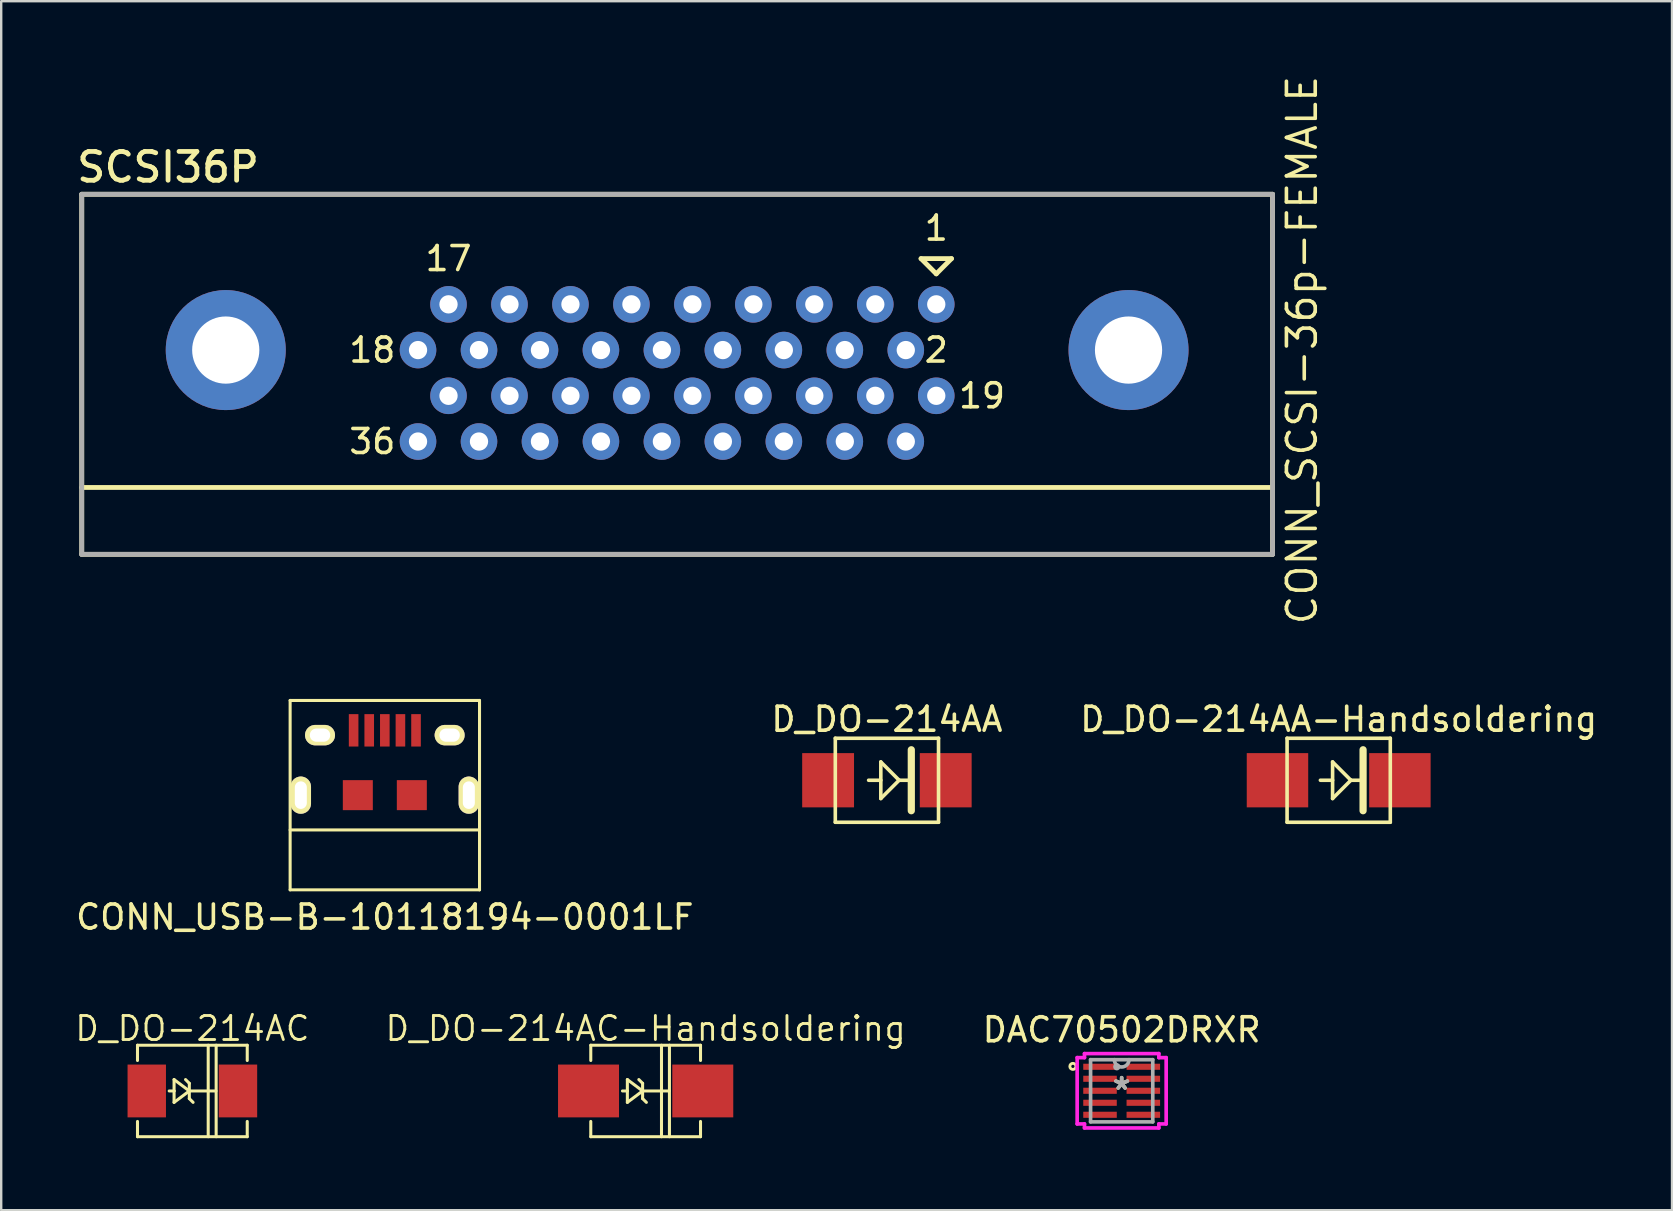
<source format=kicad_pcb>
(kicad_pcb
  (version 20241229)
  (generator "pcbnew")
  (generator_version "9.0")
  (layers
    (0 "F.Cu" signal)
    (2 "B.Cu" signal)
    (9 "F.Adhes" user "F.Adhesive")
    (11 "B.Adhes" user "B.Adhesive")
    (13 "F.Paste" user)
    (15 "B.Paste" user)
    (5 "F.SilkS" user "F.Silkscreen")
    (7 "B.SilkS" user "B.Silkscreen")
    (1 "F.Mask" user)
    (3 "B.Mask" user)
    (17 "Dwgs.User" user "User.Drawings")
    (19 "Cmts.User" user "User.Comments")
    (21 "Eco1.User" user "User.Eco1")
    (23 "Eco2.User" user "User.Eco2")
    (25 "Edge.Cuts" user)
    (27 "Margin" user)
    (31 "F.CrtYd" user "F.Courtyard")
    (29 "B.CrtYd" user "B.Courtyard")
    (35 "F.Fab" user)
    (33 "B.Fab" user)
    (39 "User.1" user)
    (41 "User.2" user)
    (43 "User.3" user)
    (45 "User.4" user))
  (footprint "CONN_SCSI-36p-FEMALE"
    (layer "F.Cu")
    (at 35.955 11.534)
    (property "Reference" "CONN_SCSI-36p-FEMALE" (at 15.24 0 90) (layer "F.SilkS") (effects (font (size 1.2 1.2) (thickness 0.15))))
    (attr through_hole)
    (fp_line (start -35.6 -6.49) (end -35.6 8.51) (stroke (width 0.2) (type solid)) (layer "F.SilkS"))
    (fp_line (start -35.6 -6.49) (end 14.01 -6.49) (stroke (width 0.2) (type solid)) (layer "F.SilkS"))
    (fp_line (start -35.6 5.725) (end 14.01 5.725) (stroke (width 0.2) (type solid)) (layer "F.SilkS"))
    (fp_line (start -35.6 8.51) (end 14.01 8.51) (stroke (width 0.2) (type solid)) (layer "F.SilkS"))
    (fp_line (start -0.635 -3.81) (end 0.635 -3.81) (stroke (width 0.2) (type solid)) (layer "F.SilkS"))
    (fp_line (start 0 -3.175) (end -0.635 -3.81) (stroke (width 0.2) (type solid)) (layer "F.SilkS"))
    (fp_line (start 0.635 -3.81) (end 0 -3.175) (stroke (width 0.2) (type solid)) (layer "F.SilkS"))
    (fp_line (start 14.01 -6.49) (end 14.01 8.51) (stroke (width 0.2) (type solid)) (layer "F.SilkS"))
    (fp_line (start -35.6 -6.49) (end -35.6 8.51) (stroke (width 0.2) (type solid)) (layer "F.Fab"))
    (fp_line (start -35.6 -6.49) (end 14.01 -6.49) (stroke (width 0.2) (type solid)) (layer "F.Fab"))
    (fp_line (start -35.6 8.51) (end 14.01 8.51) (stroke (width 0.2) (type solid)) (layer "F.Fab"))
    (fp_line (start 14.01 -6.49) (end 14.01 8.51) (stroke (width 0.2) (type solid)) (layer "F.Fab"))
    (fp_text user "2" (at 0 0 0) (layer "F.SilkS") (effects (font (size 1 1) (thickness 0.15))))
    (fp_text user "36" (at -23.495 3.81 0) (layer "F.SilkS") (effects (font (size 1 1) (thickness 0.15))))
    (fp_text user "17" (at -20.32 -3.81 0) (layer "F.SilkS") (effects (font (size 1 1) (thickness 0.15))))
    (fp_text user "19" (at 1.905 1.905 0) (layer "F.SilkS") (effects (font (size 1 1) (thickness 0.15))))
    (fp_text user "18" (at -23.495 0 0) (layer "F.SilkS") (effects (font (size 1 1) (thickness 0.15))))
    (fp_text user "SCSI36P" (at -32.004 -7.62 0) (layer "F.SilkS") (effects (font (size 1.2 1.2) (thickness 0.2))))
    (fp_text user "1" (at 0 -5.08 0) (layer "F.SilkS") (effects (font (size 1 1) (thickness 0.15))))
    (pad "" np_thru_hole circle (at -29.6 0) (size 5 5) (drill 2.8) (layers "*.Cu" "*.Mask"))
    (pad "" np_thru_hole circle (at 8.01 0) (size 5 5) (drill 2.8) (layers "*.Cu" "*.Mask"))
    (pad "1" thru_hole circle (at 0 -1.905) (size 1.524 1.524) (drill 0.762) (layers "*.Cu" "*.Mask"))
    (pad "2" thru_hole circle (at -1.27 0) (size 1.524 1.524) (drill 0.762) (layers "*.Cu" "*.Mask"))
    (pad "3" thru_hole circle (at -2.54 -1.905) (size 1.524 1.524) (drill 0.762) (layers "*.Cu" "*.Mask"))
    (pad "4" thru_hole circle (at -3.81 0) (size 1.524 1.524) (drill 0.762) (layers "*.Cu" "*.Mask"))
    (pad "5" thru_hole circle (at -5.08 -1.905) (size 1.524 1.524) (drill 0.762) (layers "*.Cu" "*.Mask"))
    (pad "6" thru_hole circle (at -6.35 0) (size 1.524 1.524) (drill 0.762) (layers "*.Cu" "*.Mask"))
    (pad "7" thru_hole circle (at -7.62 -1.905) (size 1.524 1.524) (drill 0.762) (layers "*.Cu" "*.Mask"))
    (pad "8" thru_hole circle (at -8.89 0) (size 1.524 1.524) (drill 0.762) (layers "*.Cu" "*.Mask"))
    (pad "9" thru_hole circle (at -10.16 -1.905) (size 1.524 1.524) (drill 0.762) (layers "*.Cu" "*.Mask"))
    (pad "10" thru_hole circle (at -11.43 0) (size 1.524 1.524) (drill 0.762) (layers "*.Cu" "*.Mask"))
    (pad "11" thru_hole circle (at -12.7 -1.905) (size 1.524 1.524) (drill 0.762) (layers "*.Cu" "*.Mask"))
    (pad "12" thru_hole circle (at -13.97 0) (size 1.524 1.524) (drill 0.762) (layers "*.Cu" "*.Mask"))
    (pad "13" thru_hole circle (at -15.24 -1.905) (size 1.524 1.524) (drill 0.762) (layers "*.Cu" "*.Mask"))
    (pad "14" thru_hole circle (at -16.51 0) (size 1.524 1.524) (drill 0.762) (layers "*.Cu" "*.Mask"))
    (pad "15" thru_hole circle (at -17.78 -1.905) (size 1.524 1.524) (drill 0.762) (layers "*.Cu" "*.Mask"))
    (pad "16" thru_hole circle (at -19.05 0) (size 1.524 1.524) (drill 0.762) (layers "*.Cu" "*.Mask"))
    (pad "17" thru_hole circle (at -20.32 -1.905) (size 1.524 1.524) (drill 0.762) (layers "*.Cu" "*.Mask"))
    (pad "18" thru_hole circle (at -21.59 0) (size 1.524 1.524) (drill 0.762) (layers "*.Cu" "*.Mask"))
    (pad "19" thru_hole circle (at 0 1.905) (size 1.524 1.524) (drill 0.762) (layers "*.Cu" "*.Mask"))
    (pad "20" thru_hole circle (at -1.27 3.81) (size 1.524 1.524) (drill 0.762) (layers "*.Cu" "*.Mask"))
    (pad "21" thru_hole circle (at -2.54 1.905) (size 1.524 1.524) (drill 0.762) (layers "*.Cu" "*.Mask"))
    (pad "22" thru_hole circle (at -3.81 3.81) (size 1.524 1.524) (drill 0.762) (layers "*.Cu" "*.Mask"))
    (pad "23" thru_hole circle (at -5.08 1.905) (size 1.524 1.524) (drill 0.762) (layers "*.Cu" "*.Mask"))
    (pad "24" thru_hole circle (at -6.35 3.81) (size 1.524 1.524) (drill 0.762) (layers "*.Cu" "*.Mask"))
    (pad "25" thru_hole circle (at -7.62 1.905) (size 1.524 1.524) (drill 0.762) (layers "*.Cu" "*.Mask"))
    (pad "26" thru_hole circle (at -8.89 3.81) (size 1.524 1.524) (drill 0.762) (layers "*.Cu" "*.Mask"))
    (pad "27" thru_hole circle (at -10.16 1.905) (size 1.524 1.524) (drill 0.762) (layers "*.Cu" "*.Mask"))
    (pad "28" thru_hole circle (at -11.43 3.81) (size 1.524 1.524) (drill 0.762) (layers "*.Cu" "*.Mask"))
    (pad "29" thru_hole circle (at -12.7 1.905) (size 1.524 1.524) (drill 0.762) (layers "*.Cu" "*.Mask"))
    (pad "30" thru_hole circle (at -13.97 3.81) (size 1.524 1.524) (drill 0.762) (layers "*.Cu" "*.Mask"))
    (pad "31" thru_hole circle (at -15.24 1.905) (size 1.524 1.524) (drill 0.762) (layers "*.Cu" "*.Mask"))
    (pad "32" thru_hole circle (at -16.51 3.81) (size 1.524 1.524) (drill 0.762) (layers "*.Cu" "*.Mask"))
    (pad "33" thru_hole circle (at -17.78 1.905) (size 1.524 1.524) (drill 0.762) (layers "*.Cu" "*.Mask"))
    (pad "34" thru_hole circle (at -19.05 3.81) (size 1.524 1.524) (drill 0.762) (layers "*.Cu" "*.Mask"))
    (pad "35" thru_hole circle (at -20.32 1.905) (size 1.524 1.524) (drill 0.762) (layers "*.Cu" "*.Mask"))
    (pad "36" thru_hole circle (at -21.59 3.81) (size 1.524 1.524) (drill 0.762) (layers "*.Cu" "*.Mask")))
  (footprint "D_DO-214AA-Handsoldering"
    (layer "F.Cu")
    (at 52.72 29.455)
    (property "Reference" "D_DO-214AA-Handsoldering" (at 0 -2.54 0) (layer "F.SilkS") (effects (font (size 1 1) (thickness 0.15))))
    (attr through_hole)
    (fp_line (start -2.15 -1.75) (end -2.15 1.75) (stroke (width 0.15) (type solid)) (layer "F.SilkS"))
    (fp_line (start -2.15 -1.75) (end 2.15 -1.75) (stroke (width 0.15) (type solid)) (layer "F.SilkS"))
    (fp_line (start -2.15 1.75) (end 2.15 1.75) (stroke (width 0.15) (type solid)) (layer "F.SilkS"))
    (fp_line (start -0.762 0) (end -0.254 0) (stroke (width 0.15) (type solid)) (layer "F.SilkS"))
    (fp_line (start -0.254 -0.762) (end 0.508 0) (stroke (width 0.15) (type solid)) (layer "F.SilkS"))
    (fp_line (start -0.254 0.762) (end -0.254 -0.762) (stroke (width 0.15) (type solid)) (layer "F.SilkS"))
    (fp_line (start 0.508 0) (end -0.254 0.762) (stroke (width 0.15) (type solid)) (layer "F.SilkS"))
    (fp_line (start 0.508 0) (end 1.016 0) (stroke (width 0.15) (type solid)) (layer "F.SilkS"))
    (fp_line (start 1.016 -1.27) (end 1.016 1.27) (stroke (width 0.3) (type solid)) (layer "F.SilkS"))
    (fp_line (start 2.15 -1.75) (end 2.15 1.75) (stroke (width 0.15) (type solid)) (layer "F.SilkS"))
    (pad "1" smd rect (at 2.55 0) (size 2.56 2.26) (layers "F.Cu" "F.Mask" "F.Paste"))
    (pad "2" smd rect (at -2.55 0) (size 2.56 2.26) (layers "F.Cu" "F.Mask" "F.Paste")))
  (footprint "D_DO-214AC-Handsoldering"
    (layer "F.Cu")
    (at 23.848 42.4)
    (property "Reference" "D_DO-214AC-Handsoldering" (at 0 -2.601 0) (layer "F.SilkS") (effects (font (size 1.001 1.001) (thickness 0.119))))
    (attr smd)
    (fp_line (start -2.286 -1.905) (end 2.286 -1.905) (stroke (width 0.127) (type solid)) (layer "F.SilkS"))
    (fp_line (start -2.286 -1.27) (end -2.286 -1.905) (stroke (width 0.127) (type solid)) (layer "F.SilkS"))
    (fp_line (start -2.286 1.27) (end -2.286 1.905) (stroke (width 0.127) (type solid)) (layer "F.SilkS"))
    (fp_line (start -2.286 1.905) (end 2.286 1.905) (stroke (width 0.127) (type solid)) (layer "F.SilkS"))
    (fp_line (start -0.762 -0.475) (end -0.762 0) (stroke (width 0.127) (type solid)) (layer "F.SilkS"))
    (fp_line (start -0.762 0) (end -0.965 0) (stroke (width 0.127) (type solid)) (layer "F.SilkS"))
    (fp_line (start -0.762 0) (end -0.762 0.475) (stroke (width 0.127) (type solid)) (layer "F.SilkS"))
    (fp_line (start -0.762 0.475) (end -0.127 0) (stroke (width 0.127) (type solid)) (layer "F.SilkS"))
    (fp_line (start -0.127 -0.318) (end -0.284 -0.475) (stroke (width 0.127) (type solid)) (layer "F.SilkS"))
    (fp_line (start -0.127 0) (end -0.762 -0.475) (stroke (width 0.127) (type solid)) (layer "F.SilkS"))
    (fp_line (start -0.127 0) (end -0.127 -0.318) (stroke (width 0.127) (type solid)) (layer "F.SilkS"))
    (fp_line (start -0.127 0) (end -0.127 0.318) (stroke (width 0.127) (type solid)) (layer "F.SilkS"))
    (fp_line (start -0.127 0) (end 0.983 0) (stroke (width 0.127) (type solid)) (layer "F.SilkS"))
    (fp_line (start -0.127 0.318) (end 0.03 0.475) (stroke (width 0.127) (type solid)) (layer "F.SilkS"))
    (fp_line (start 0.66 1.905) (end 0.66 -1.905) (stroke (width 0.127) (type solid)) (layer "F.SilkS"))
    (fp_line (start 0.991 1.905) (end 0.991 -1.905) (stroke (width 0.127) (type solid)) (layer "F.SilkS"))
    (fp_line (start 2.286 -1.905) (end 2.286 -1.27) (stroke (width 0.127) (type solid)) (layer "F.SilkS"))
    (fp_line (start 2.286 1.905) (end 2.286 1.27) (stroke (width 0.127) (type solid)) (layer "F.SilkS"))
    (pad "1" smd rect (at -1.9 0) (size 2.54 2.2) (drill (offset -0.48 0)) (layers "F.Cu" "F.Mask" "F.Paste"))
    (pad "2" smd rect (at 1.9 0) (size 2.54 2.2) (drill (offset 0.48 0)) (layers "F.Cu" "F.Mask" "F.Paste")))
  (footprint "DAC70502DRXR"
    (layer "F.Cu")
    (at 43.679 42.392)
    (property "Reference" "DAC70502DRXR" (at 0 -2.54 0) (layer "F.SilkS") (effects (font (size 1 1) (thickness 0.15))))
    (attr through_hole)
    (fp_circle (center -2.032 -1.016) (end -2.032 -1.143) (stroke (width 0.12) (type solid)) (fill no) (layer "F.SilkS"))
    (fp_line (start -1.854 -1.381) (end -1.549 -1.381) (stroke (width 0.152) (type solid)) (layer "F.CrtYd"))
    (fp_line (start -1.854 1.381) (end -1.854 -1.381) (stroke (width 0.152) (type solid)) (layer "F.CrtYd"))
    (fp_line (start -1.549 -1.549) (end 1.549 -1.549) (stroke (width 0.152) (type solid)) (layer "F.CrtYd"))
    (fp_line (start -1.549 -1.381) (end -1.549 -1.549) (stroke (width 0.152) (type solid)) (layer "F.CrtYd"))
    (fp_line (start -1.549 1.381) (end -1.854 1.381) (stroke (width 0.152) (type solid)) (layer "F.CrtYd"))
    (fp_line (start -1.549 1.549) (end -1.549 1.381) (stroke (width 0.152) (type solid)) (layer "F.CrtYd"))
    (fp_line (start 1.549 -1.549) (end 1.549 -1.381) (stroke (width 0.152) (type solid)) (layer "F.CrtYd"))
    (fp_line (start 1.549 -1.381) (end 1.854 -1.381) (stroke (width 0.152) (type solid)) (layer "F.CrtYd"))
    (fp_line (start 1.549 1.381) (end 1.549 1.549) (stroke (width 0.152) (type solid)) (layer "F.CrtYd"))
    (fp_line (start 1.549 1.549) (end -1.549 1.549) (stroke (width 0.152) (type solid)) (layer "F.CrtYd"))
    (fp_line (start 1.854 -1.381) (end 1.854 1.381) (stroke (width 0.152) (type solid)) (layer "F.CrtYd"))
    (fp_line (start 1.854 1.381) (end 1.549 1.381) (stroke (width 0.152) (type solid)) (layer "F.CrtYd"))
    (fp_line (start -1.295 -1.295) (end -1.295 1.295) (stroke (width 0.152) (type solid)) (layer "F.Fab"))
    (fp_line (start -1.295 1.295) (end 1.295 1.295) (stroke (width 0.152) (type solid)) (layer "F.Fab"))
    (fp_line (start 1.295 -1.295) (end -1.295 -1.295) (stroke (width 0.152) (type solid)) (layer "F.Fab"))
    (fp_line (start 1.295 1.295) (end 1.295 -1.295) (stroke (width 0.152) (type solid)) (layer "F.Fab"))
    (fp_arc (start 0.3048 -1.2954) (mid 0 -0.9906) (end -0.3048 -1.2954) (stroke (width 0.1524) (type solid)) (layer "F.Fab"))
    (fp_circle (center -0.203 -1) (end -0.127 -1) (stroke (width 0.152) (type solid)) (fill no) (layer "F.Fab"))
    (fp_text user "*" (at 0 0 0) (layer "F.SilkS") (effects (font (size 1 1) (thickness 0.15))))
    (fp_text user "Copyright 2016 Accelerated Designs. All rights reserved." (at 0 0 0) (layer "Cmts.User") (effects (font (size 0.127 0.127) (thickness 0.002))))
    (fp_text user "*" (at 0 0 0) (layer "F.Fab") (effects (font (size 1 1) (thickness 0.15))))
    (pad "1" smd rect (at -0.902 -1) (size 1.397 0.254) (layers "F.Cu" "F.Mask" "F.Paste"))
    (pad "2" smd rect (at -0.902 -0.5) (size 1.397 0.254) (layers "F.Cu" "F.Mask" "F.Paste"))
    (pad "3" smd rect (at -0.902 0) (size 1.397 0.254) (layers "F.Cu" "F.Mask" "F.Paste"))
    (pad "4" smd rect (at -0.902 0.5) (size 1.397 0.254) (layers "F.Cu" "F.Mask" "F.Paste"))
    (pad "5" smd rect (at -0.902 1) (size 1.397 0.254) (layers "F.Cu" "F.Mask" "F.Paste"))
    (pad "6" smd rect (at 0.902 1) (size 1.397 0.254) (layers "F.Cu" "F.Mask" "F.Paste"))
    (pad "7" smd rect (at 0.902 0.5) (size 1.397 0.254) (layers "F.Cu" "F.Mask" "F.Paste"))
    (pad "8" smd rect (at 0.902 0) (size 1.397 0.254) (layers "F.Cu" "F.Mask" "F.Paste"))
    (pad "9" smd rect (at 0.902 -0.5) (size 1.397 0.254) (layers "F.Cu" "F.Mask" "F.Paste"))
    (pad "10" smd rect (at 0.902 -1) (size 1.397 0.254) (layers "F.Cu" "F.Mask" "F.Paste")))
  (footprint "D_DO-214AA"
    (layer "F.Cu")
    (at 33.899 29.455)
    (property "Reference" "D_DO-214AA" (at 0 -2.54 0) (layer "F.SilkS") (effects (font (size 1 1) (thickness 0.15))))
    (attr through_hole)
    (fp_line (start -2.15 -1.75) (end -2.15 1.75) (stroke (width 0.15) (type solid)) (layer "F.SilkS"))
    (fp_line (start -2.15 -1.75) (end 2.15 -1.75) (stroke (width 0.15) (type solid)) (layer "F.SilkS"))
    (fp_line (start -2.15 1.75) (end 2.15 1.75) (stroke (width 0.15) (type solid)) (layer "F.SilkS"))
    (fp_line (start -0.254 -0.762) (end 0.508 0) (stroke (width 0.15) (type solid)) (layer "F.SilkS"))
    (fp_line (start -0.254 0) (end -0.762 0) (stroke (width 0.15) (type solid)) (layer "F.SilkS"))
    (fp_line (start -0.254 0.762) (end -0.254 -0.762) (stroke (width 0.15) (type solid)) (layer "F.SilkS"))
    (fp_line (start 0.508 0) (end -0.254 0.762) (stroke (width 0.15) (type solid)) (layer "F.SilkS"))
    (fp_line (start 0.508 0) (end 1.016 0) (stroke (width 0.15) (type solid)) (layer "F.SilkS"))
    (fp_line (start 1.016 -1.27) (end 1.016 1.27) (stroke (width 0.3) (type solid)) (layer "F.SilkS"))
    (fp_line (start 2.15 -1.75) (end 2.15 1.75) (stroke (width 0.15) (type solid)) (layer "F.SilkS"))
    (pad "1" smd rect (at 2.45 0) (size 2.16 2.26) (layers "F.Cu" "F.Mask" "F.Paste"))
    (pad "2" smd rect (at -2.45 0) (size 2.16 2.26) (layers "F.Cu" "F.Mask" "F.Paste")))
  (footprint "D_DO-214AC"
    (layer "F.Cu")
    (at 4.964 42.4)
    (property "Reference" "D_DO-214AC" (at 0 -2.601 0) (layer "F.SilkS") (effects (font (size 1.001 1.001) (thickness 0.119))))
    (attr smd)
    (fp_line (start -2.286 -1.905) (end 2.286 -1.905) (stroke (width 0.127) (type solid)) (layer "F.SilkS"))
    (fp_line (start -2.286 -1.27) (end -2.286 -1.905) (stroke (width 0.127) (type solid)) (layer "F.SilkS"))
    (fp_line (start -2.286 1.27) (end -2.286 1.905) (stroke (width 0.127) (type solid)) (layer "F.SilkS"))
    (fp_line (start -2.286 1.905) (end 2.286 1.905) (stroke (width 0.127) (type solid)) (layer "F.SilkS"))
    (fp_line (start -0.762 -0.475) (end -0.762 0) (stroke (width 0.127) (type solid)) (layer "F.SilkS"))
    (fp_line (start -0.762 0) (end -0.965 0) (stroke (width 0.127) (type solid)) (layer "F.SilkS"))
    (fp_line (start -0.762 0) (end -0.762 0.475) (stroke (width 0.127) (type solid)) (layer "F.SilkS"))
    (fp_line (start -0.762 0.475) (end -0.127 0) (stroke (width 0.127) (type solid)) (layer "F.SilkS"))
    (fp_line (start -0.127 -0.318) (end -0.284 -0.475) (stroke (width 0.127) (type solid)) (layer "F.SilkS"))
    (fp_line (start -0.127 0) (end -0.762 -0.475) (stroke (width 0.127) (type solid)) (layer "F.SilkS"))
    (fp_line (start -0.127 0) (end -0.127 -0.318) (stroke (width 0.127) (type solid)) (layer "F.SilkS"))
    (fp_line (start -0.127 0) (end -0.127 0.318) (stroke (width 0.127) (type solid)) (layer "F.SilkS"))
    (fp_line (start -0.127 0) (end 0.983 0) (stroke (width 0.127) (type solid)) (layer "F.SilkS"))
    (fp_line (start -0.127 0.318) (end 0.03 0.475) (stroke (width 0.127) (type solid)) (layer "F.SilkS"))
    (fp_line (start 0.66 1.905) (end 0.66 -1.905) (stroke (width 0.127) (type solid)) (layer "F.SilkS"))
    (fp_line (start 0.991 1.905) (end 0.991 -1.905) (stroke (width 0.127) (type solid)) (layer "F.SilkS"))
    (fp_line (start 2.286 -1.905) (end 2.286 -1.27) (stroke (width 0.127) (type solid)) (layer "F.SilkS"))
    (fp_line (start 2.286 1.905) (end 2.286 1.27) (stroke (width 0.127) (type solid)) (layer "F.SilkS"))
    (pad "1" smd rect (at -1.9 0) (size 1.6 2.2) (layers "F.Cu" "F.Mask" "F.Paste"))
    (pad "2" smd rect (at 1.9 0) (size 1.6 2.2) (layers "F.Cu" "F.Mask" "F.Paste")))
  (footprint "CONN_USB-B-10118194-0001LF"
    (layer "F.Cu")
    (at 12.982 30.076)
    (property "Reference" "CONN_USB-B-10118194-0001LF" (at 0 5.08 0) (layer "F.SilkS") (effects (font (size 1 1) (thickness 0.15))))
    (attr through_hole)
    (fp_line (start -3.945 -3.945) (end -3.945 3.945) (stroke (width 0.127) (type solid)) (layer "F.SilkS"))
    (fp_line (start -3.945 1.45) (end 3.945 1.45) (stroke (width 0.127) (type solid)) (layer "F.SilkS"))
    (fp_line (start -3.945 3.945) (end 3.945 3.945) (stroke (width 0.127) (type solid)) (layer "F.SilkS"))
    (fp_line (start 3.945 -3.945) (end -3.945 -3.945) (stroke (width 0.127) (type solid)) (layer "F.SilkS"))
    (fp_line (start 3.945 3.945) (end 3.945 -3.945) (stroke (width 0.127) (type solid)) (layer "F.SilkS"))
    (pad "" thru_hole oval (at -3.5 0) (size 0.85 1.55) (drill oval 0.5 1.15) (layers "*.Cu" "*.Mask" "F.SilkS"))
    (pad "" thru_hole oval (at -2.7 -2.5) (size 1.25 0.85) (drill oval 0.85 0.55) (layers "*.Cu" "*.Mask" "F.SilkS"))
    (pad "" smd rect (at -1.125 0) (size 1.25 1.25) (layers "F.Cu" "F.Mask" "F.Paste"))
    (pad "" smd rect (at 1.125 0) (size 1.25 1.25) (layers "F.Cu" "F.Mask" "F.Paste"))
    (pad "" thru_hole oval (at 2.7 -2.5) (size 1.25 0.85) (drill oval 0.85 0.55) (layers "*.Cu" "*.Mask" "F.SilkS"))
    (pad "" thru_hole oval (at 3.5 0) (size 0.85 1.55) (drill oval 0.5 1.15) (layers "*.Cu" "*.Mask" "F.SilkS"))
    (pad "1" smd rect (at -1.3 -2.7) (size 0.4 1.35) (layers "F.Cu" "F.Mask" "F.Paste"))
    (pad "2" smd rect (at -0.65 -2.7) (size 0.4 1.35) (layers "F.Cu" "F.Mask" "F.Paste"))
    (pad "3" smd rect (at 0 -2.7) (size 0.4 1.35) (layers "F.Cu" "F.Mask" "F.Paste"))
    (pad "4" smd rect (at 0.65 -2.7) (size 0.4 1.35) (layers "F.Cu" "F.Mask" "F.Paste"))
    (pad "5" smd rect (at 1.3 -2.7) (size 0.4 1.35) (layers "F.Cu" "F.Mask" "F.Paste")))
  (gr_rect
    (start -3 -3)
    (end 66.607 47.368)
    (stroke (width 0.1) (type default))
    (fill no)
    (layer "Edge.Cuts")))
</source>
